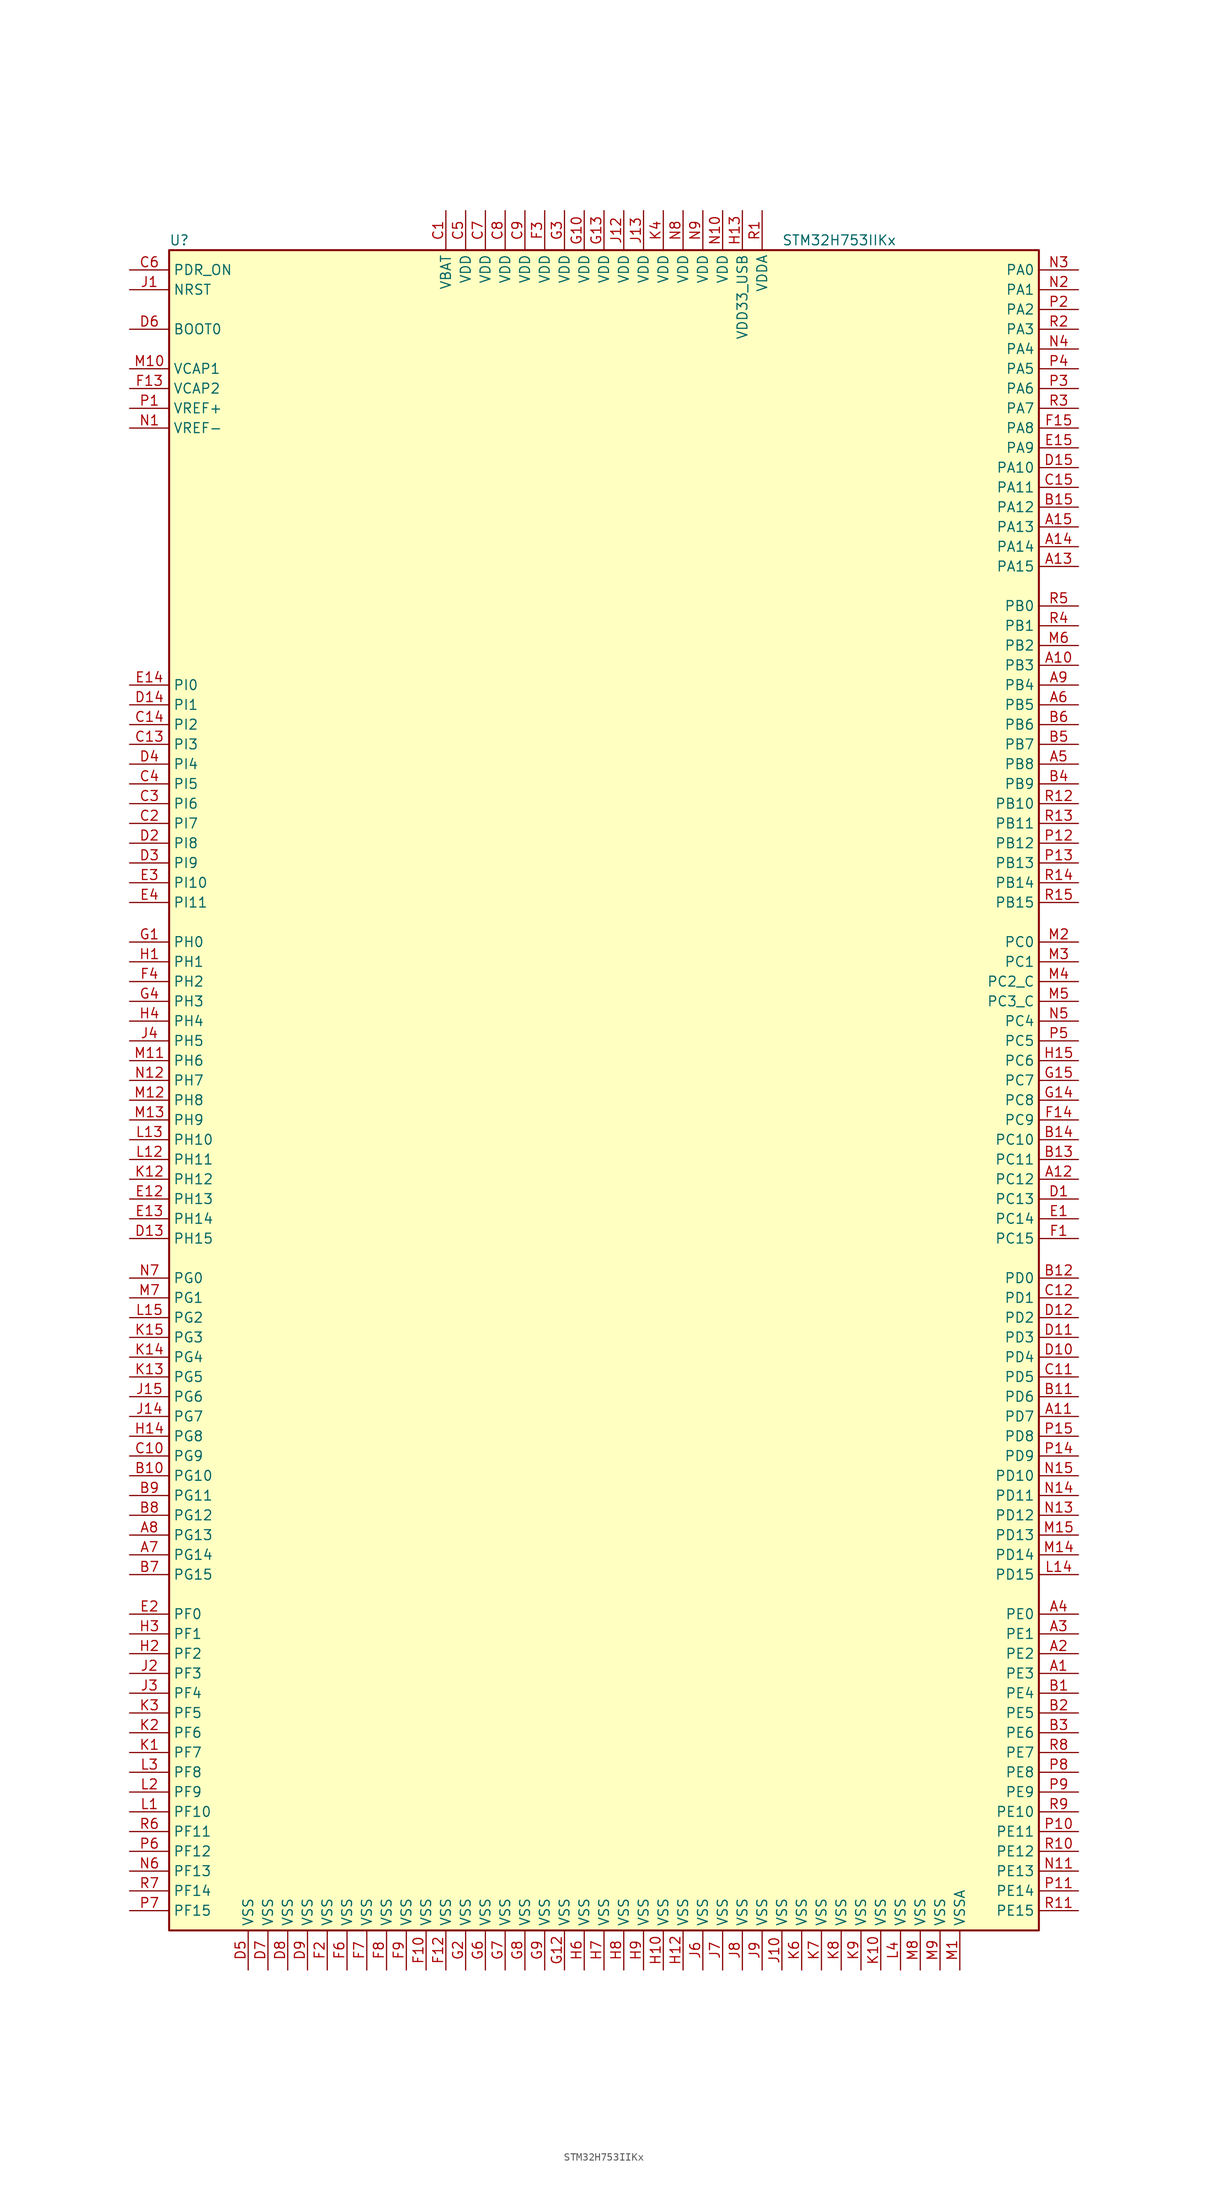
<source format=kicad_sym>
(kicad_symbol_lib
  (version 20211014)
  (generator kicad_symbol_editor)
  (symbol "STM32H753IIKx"
    (property "Reference" "U"
      (at -55.88 107.95 0)
      (effects (font (size 1.27 1.27)) (justify left)))
    (property "Value" "STM32H753IIKx"
      (at 22.86 107.95 0)
      (effects (font (size 1.27 1.27)) (justify left)))
    (symbol "STM32H753IIKx_0_1"
      (rectangle (start -55.88 -109.22) (end 55.88 106.68) (stroke (width 0.254) (type default) (color 0 0 0 0)) (fill (type background))))
    (symbol "STM32H753IIKx_1_1"
      (pin bidirectional line (at 60.96 -76.2 180) (length 5.08) (name "PE3" (effects (font (size 1.27 1.27)))) (number "A1" (effects (font (size 1.27 1.27)))))
      (pin bidirectional line (at 60.96 53.34 180) (length 5.08) (name "PB3" (effects (font (size 1.27 1.27)))) (number "A10" (effects (font (size 1.27 1.27)))))
      (pin bidirectional line (at 60.96 -43.18 180) (length 5.08) (name "PD7" (effects (font (size 1.27 1.27)))) (number "A11" (effects (font (size 1.27 1.27)))))
      (pin bidirectional line (at 60.96 -12.7 180) (length 5.08) (name "PC12" (effects (font (size 1.27 1.27)))) (number "A12" (effects (font (size 1.27 1.27)))))
      (pin bidirectional line (at 60.96 66.04 180) (length 5.08) (name "PA15" (effects (font (size 1.27 1.27)))) (number "A13" (effects (font (size 1.27 1.27)))))
      (pin bidirectional line (at 60.96 68.58 180) (length 5.08) (name "PA14" (effects (font (size 1.27 1.27)))) (number "A14" (effects (font (size 1.27 1.27)))))
      (pin bidirectional line (at 60.96 71.12 180) (length 5.08) (name "PA13" (effects (font (size 1.27 1.27)))) (number "A15" (effects (font (size 1.27 1.27)))))
      (pin bidirectional line (at 60.96 -73.66 180) (length 5.08) (name "PE2" (effects (font (size 1.27 1.27)))) (number "A2" (effects (font (size 1.27 1.27)))))
      (pin bidirectional line (at 60.96 -71.12 180) (length 5.08) (name "PE1" (effects (font (size 1.27 1.27)))) (number "A3" (effects (font (size 1.27 1.27)))))
      (pin bidirectional line (at 60.96 -68.58 180) (length 5.08) (name "PE0" (effects (font (size 1.27 1.27)))) (number "A4" (effects (font (size 1.27 1.27)))))
      (pin bidirectional line (at 60.96 40.64 180) (length 5.08) (name "PB8" (effects (font (size 1.27 1.27)))) (number "A5" (effects (font (size 1.27 1.27)))))
      (pin bidirectional line (at 60.96 48.26 180) (length 5.08) (name "PB5" (effects (font (size 1.27 1.27)))) (number "A6" (effects (font (size 1.27 1.27)))))
      (pin bidirectional line (at -60.96 -60.96 0) (length 5.08) (name "PG14" (effects (font (size 1.27 1.27)))) (number "A7" (effects (font (size 1.27 1.27)))))
      (pin bidirectional line (at -60.96 -58.42 0) (length 5.08) (name "PG13" (effects (font (size 1.27 1.27)))) (number "A8" (effects (font (size 1.27 1.27)))))
      (pin bidirectional line (at 60.96 50.8 180) (length 5.08) (name "PB4" (effects (font (size 1.27 1.27)))) (number "A9" (effects (font (size 1.27 1.27)))))
      (pin bidirectional line (at 60.96 -78.74 180) (length 5.08) (name "PE4" (effects (font (size 1.27 1.27)))) (number "B1" (effects (font (size 1.27 1.27)))))
      (pin bidirectional line (at -60.96 -50.8 0) (length 5.08) (name "PG10" (effects (font (size 1.27 1.27)))) (number "B10" (effects (font (size 1.27 1.27)))))
      (pin bidirectional line (at 60.96 -40.64 180) (length 5.08) (name "PD6" (effects (font (size 1.27 1.27)))) (number "B11" (effects (font (size 1.27 1.27)))))
      (pin bidirectional line (at 60.96 -25.4 180) (length 5.08) (name "PD0" (effects (font (size 1.27 1.27)))) (number "B12" (effects (font (size 1.27 1.27)))))
      (pin bidirectional line (at 60.96 -10.16 180) (length 5.08) (name "PC11" (effects (font (size 1.27 1.27)))) (number "B13" (effects (font (size 1.27 1.27)))))
      (pin bidirectional line (at 60.96 -7.62 180) (length 5.08) (name "PC10" (effects (font (size 1.27 1.27)))) (number "B14" (effects (font (size 1.27 1.27)))))
      (pin bidirectional line (at 60.96 73.66 180) (length 5.08) (name "PA12" (effects (font (size 1.27 1.27)))) (number "B15" (effects (font (size 1.27 1.27)))))
      (pin bidirectional line (at 60.96 -81.28 180) (length 5.08) (name "PE5" (effects (font (size 1.27 1.27)))) (number "B2" (effects (font (size 1.27 1.27)))))
      (pin bidirectional line (at 60.96 -83.82 180) (length 5.08) (name "PE6" (effects (font (size 1.27 1.27)))) (number "B3" (effects (font (size 1.27 1.27)))))
      (pin bidirectional line (at 60.96 38.1 180) (length 5.08) (name "PB9" (effects (font (size 1.27 1.27)))) (number "B4" (effects (font (size 1.27 1.27)))))
      (pin bidirectional line (at 60.96 43.18 180) (length 5.08) (name "PB7" (effects (font (size 1.27 1.27)))) (number "B5" (effects (font (size 1.27 1.27)))))
      (pin bidirectional line (at 60.96 45.72 180) (length 5.08) (name "PB6" (effects (font (size 1.27 1.27)))) (number "B6" (effects (font (size 1.27 1.27)))))
      (pin bidirectional line (at -60.96 -63.5 0) (length 5.08) (name "PG15" (effects (font (size 1.27 1.27)))) (number "B7" (effects (font (size 1.27 1.27)))))
      (pin bidirectional line (at -60.96 -55.88 0) (length 5.08) (name "PG12" (effects (font (size 1.27 1.27)))) (number "B8" (effects (font (size 1.27 1.27)))))
      (pin bidirectional line (at -60.96 -53.34 0) (length 5.08) (name "PG11" (effects (font (size 1.27 1.27)))) (number "B9" (effects (font (size 1.27 1.27)))))
      (pin power_in line (at -20.32 111.76 270) (length 5.08) (name "VBAT" (effects (font (size 1.27 1.27)))) (number "C1" (effects (font (size 1.27 1.27)))))
      (pin bidirectional line (at -60.96 -48.26 0) (length 5.08) (name "PG9" (effects (font (size 1.27 1.27)))) (number "C10" (effects (font (size 1.27 1.27)))))
      (pin bidirectional line (at 60.96 -38.1 180) (length 5.08) (name "PD5" (effects (font (size 1.27 1.27)))) (number "C11" (effects (font (size 1.27 1.27)))))
      (pin bidirectional line (at 60.96 -27.94 180) (length 5.08) (name "PD1" (effects (font (size 1.27 1.27)))) (number "C12" (effects (font (size 1.27 1.27)))))
      (pin bidirectional line (at -60.96 43.18 0) (length 5.08) (name "PI3" (effects (font (size 1.27 1.27)))) (number "C13" (effects (font (size 1.27 1.27)))))
      (pin bidirectional line (at -60.96 45.72 0) (length 5.08) (name "PI2" (effects (font (size 1.27 1.27)))) (number "C14" (effects (font (size 1.27 1.27)))))
      (pin bidirectional line (at 60.96 76.2 180) (length 5.08) (name "PA11" (effects (font (size 1.27 1.27)))) (number "C15" (effects (font (size 1.27 1.27)))))
      (pin bidirectional line (at -60.96 33.02 0) (length 5.08) (name "PI7" (effects (font (size 1.27 1.27)))) (number "C2" (effects (font (size 1.27 1.27)))))
      (pin bidirectional line (at -60.96 35.56 0) (length 5.08) (name "PI6" (effects (font (size 1.27 1.27)))) (number "C3" (effects (font (size 1.27 1.27)))))
      (pin bidirectional line (at -60.96 38.1 0) (length 5.08) (name "PI5" (effects (font (size 1.27 1.27)))) (number "C4" (effects (font (size 1.27 1.27)))))
      (pin power_in line (at -17.78 111.76 270) (length 5.08) (name "VDD" (effects (font (size 1.27 1.27)))) (number "C5" (effects (font (size 1.27 1.27)))))
      (pin input line (at -60.96 104.14 0) (length 5.08) (name "PDR_ON" (effects (font (size 1.27 1.27)))) (number "C6" (effects (font (size 1.27 1.27)))))
      (pin power_in line (at -15.24 111.76 270) (length 5.08) (name "VDD" (effects (font (size 1.27 1.27)))) (number "C7" (effects (font (size 1.27 1.27)))))
      (pin power_in line (at -12.7 111.76 270) (length 5.08) (name "VDD" (effects (font (size 1.27 1.27)))) (number "C8" (effects (font (size 1.27 1.27)))))
      (pin power_in line (at -10.16 111.76 270) (length 5.08) (name "VDD" (effects (font (size 1.27 1.27)))) (number "C9" (effects (font (size 1.27 1.27)))))
      (pin bidirectional line (at 60.96 -15.24 180) (length 5.08) (name "PC13" (effects (font (size 1.27 1.27)))) (number "D1" (effects (font (size 1.27 1.27)))))
      (pin bidirectional line (at 60.96 -35.56 180) (length 5.08) (name "PD4" (effects (font (size 1.27 1.27)))) (number "D10" (effects (font (size 1.27 1.27)))))
      (pin bidirectional line (at 60.96 -33.02 180) (length 5.08) (name "PD3" (effects (font (size 1.27 1.27)))) (number "D11" (effects (font (size 1.27 1.27)))))
      (pin bidirectional line (at 60.96 -30.48 180) (length 5.08) (name "PD2" (effects (font (size 1.27 1.27)))) (number "D12" (effects (font (size 1.27 1.27)))))
      (pin bidirectional line (at -60.96 -20.32 0) (length 5.08) (name "PH15" (effects (font (size 1.27 1.27)))) (number "D13" (effects (font (size 1.27 1.27)))))
      (pin bidirectional line (at -60.96 48.26 0) (length 5.08) (name "PI1" (effects (font (size 1.27 1.27)))) (number "D14" (effects (font (size 1.27 1.27)))))
      (pin bidirectional line (at 60.96 78.74 180) (length 5.08) (name "PA10" (effects (font (size 1.27 1.27)))) (number "D15" (effects (font (size 1.27 1.27)))))
      (pin bidirectional line (at -60.96 30.48 0) (length 5.08) (name "PI8" (effects (font (size 1.27 1.27)))) (number "D2" (effects (font (size 1.27 1.27)))))
      (pin bidirectional line (at -60.96 27.94 0) (length 5.08) (name "PI9" (effects (font (size 1.27 1.27)))) (number "D3" (effects (font (size 1.27 1.27)))))
      (pin bidirectional line (at -60.96 40.64 0) (length 5.08) (name "PI4" (effects (font (size 1.27 1.27)))) (number "D4" (effects (font (size 1.27 1.27)))))
      (pin power_in line (at -45.72 -114.3 90) (length 5.08) (name "VSS" (effects (font (size 1.27 1.27)))) (number "D5" (effects (font (size 1.27 1.27)))))
      (pin input line (at -60.96 96.52 0) (length 5.08) (name "BOOT0" (effects (font (size 1.27 1.27)))) (number "D6" (effects (font (size 1.27 1.27)))))
      (pin power_in line (at -43.18 -114.3 90) (length 5.08) (name "VSS" (effects (font (size 1.27 1.27)))) (number "D7" (effects (font (size 1.27 1.27)))))
      (pin power_in line (at -40.64 -114.3 90) (length 5.08) (name "VSS" (effects (font (size 1.27 1.27)))) (number "D8" (effects (font (size 1.27 1.27)))))
      (pin power_in line (at -38.1 -114.3 90) (length 5.08) (name "VSS" (effects (font (size 1.27 1.27)))) (number "D9" (effects (font (size 1.27 1.27)))))
      (pin bidirectional line (at 60.96 -17.78 180) (length 5.08) (name "PC14" (effects (font (size 1.27 1.27)))) (number "E1" (effects (font (size 1.27 1.27)))))
      (pin bidirectional line (at -60.96 -15.24 0) (length 5.08) (name "PH13" (effects (font (size 1.27 1.27)))) (number "E12" (effects (font (size 1.27 1.27)))))
      (pin bidirectional line (at -60.96 -17.78 0) (length 5.08) (name "PH14" (effects (font (size 1.27 1.27)))) (number "E13" (effects (font (size 1.27 1.27)))))
      (pin bidirectional line (at -60.96 50.8 0) (length 5.08) (name "PI0" (effects (font (size 1.27 1.27)))) (number "E14" (effects (font (size 1.27 1.27)))))
      (pin bidirectional line (at 60.96 81.28 180) (length 5.08) (name "PA9" (effects (font (size 1.27 1.27)))) (number "E15" (effects (font (size 1.27 1.27)))))
      (pin bidirectional line (at -60.96 -68.58 0) (length 5.08) (name "PF0" (effects (font (size 1.27 1.27)))) (number "E2" (effects (font (size 1.27 1.27)))))
      (pin bidirectional line (at -60.96 25.4 0) (length 5.08) (name "PI10" (effects (font (size 1.27 1.27)))) (number "E3" (effects (font (size 1.27 1.27)))))
      (pin bidirectional line (at -60.96 22.86 0) (length 5.08) (name "PI11" (effects (font (size 1.27 1.27)))) (number "E4" (effects (font (size 1.27 1.27)))))
      (pin bidirectional line (at 60.96 -20.32 180) (length 5.08) (name "PC15" (effects (font (size 1.27 1.27)))) (number "F1" (effects (font (size 1.27 1.27)))))
      (pin power_in line (at -22.86 -114.3 90) (length 5.08) (name "VSS" (effects (font (size 1.27 1.27)))) (number "F10" (effects (font (size 1.27 1.27)))))
      (pin power_in line (at -20.32 -114.3 90) (length 5.08) (name "VSS" (effects (font (size 1.27 1.27)))) (number "F12" (effects (font (size 1.27 1.27)))))
      (pin power_in line (at -60.96 88.9 0) (length 5.08) (name "VCAP2" (effects (font (size 1.27 1.27)))) (number "F13" (effects (font (size 1.27 1.27)))))
      (pin bidirectional line (at 60.96 -5.08 180) (length 5.08) (name "PC9" (effects (font (size 1.27 1.27)))) (number "F14" (effects (font (size 1.27 1.27)))))
      (pin bidirectional line (at 60.96 83.82 180) (length 5.08) (name "PA8" (effects (font (size 1.27 1.27)))) (number "F15" (effects (font (size 1.27 1.27)))))
      (pin power_in line (at -35.56 -114.3 90) (length 5.08) (name "VSS" (effects (font (size 1.27 1.27)))) (number "F2" (effects (font (size 1.27 1.27)))))
      (pin power_in line (at -7.62 111.76 270) (length 5.08) (name "VDD" (effects (font (size 1.27 1.27)))) (number "F3" (effects (font (size 1.27 1.27)))))
      (pin bidirectional line (at -60.96 12.7 0) (length 5.08) (name "PH2" (effects (font (size 1.27 1.27)))) (number "F4" (effects (font (size 1.27 1.27)))))
      (pin power_in line (at -33.02 -114.3 90) (length 5.08) (name "VSS" (effects (font (size 1.27 1.27)))) (number "F6" (effects (font (size 1.27 1.27)))))
      (pin power_in line (at -30.48 -114.3 90) (length 5.08) (name "VSS" (effects (font (size 1.27 1.27)))) (number "F7" (effects (font (size 1.27 1.27)))))
      (pin power_in line (at -27.94 -114.3 90) (length 5.08) (name "VSS" (effects (font (size 1.27 1.27)))) (number "F8" (effects (font (size 1.27 1.27)))))
      (pin power_in line (at -25.4 -114.3 90) (length 5.08) (name "VSS" (effects (font (size 1.27 1.27)))) (number "F9" (effects (font (size 1.27 1.27)))))
      (pin input line (at -60.96 17.78 0) (length 5.08) (name "PH0" (effects (font (size 1.27 1.27)))) (number "G1" (effects (font (size 1.27 1.27)))))
      (pin power_in line (at -2.54 111.76 270) (length 5.08) (name "VDD" (effects (font (size 1.27 1.27)))) (number "G10" (effects (font (size 1.27 1.27)))))
      (pin power_in line (at -5.08 -114.3 90) (length 5.08) (name "VSS" (effects (font (size 1.27 1.27)))) (number "G12" (effects (font (size 1.27 1.27)))))
      (pin power_in line (at 0 111.76 270) (length 5.08) (name "VDD" (effects (font (size 1.27 1.27)))) (number "G13" (effects (font (size 1.27 1.27)))))
      (pin bidirectional line (at 60.96 -2.54 180) (length 5.08) (name "PC8" (effects (font (size 1.27 1.27)))) (number "G14" (effects (font (size 1.27 1.27)))))
      (pin bidirectional line (at 60.96 0 180) (length 5.08) (name "PC7" (effects (font (size 1.27 1.27)))) (number "G15" (effects (font (size 1.27 1.27)))))
      (pin power_in line (at -17.78 -114.3 90) (length 5.08) (name "VSS" (effects (font (size 1.27 1.27)))) (number "G2" (effects (font (size 1.27 1.27)))))
      (pin power_in line (at -5.08 111.76 270) (length 5.08) (name "VDD" (effects (font (size 1.27 1.27)))) (number "G3" (effects (font (size 1.27 1.27)))))
      (pin bidirectional line (at -60.96 10.16 0) (length 5.08) (name "PH3" (effects (font (size 1.27 1.27)))) (number "G4" (effects (font (size 1.27 1.27)))))
      (pin power_in line (at -15.24 -114.3 90) (length 5.08) (name "VSS" (effects (font (size 1.27 1.27)))) (number "G6" (effects (font (size 1.27 1.27)))))
      (pin power_in line (at -12.7 -114.3 90) (length 5.08) (name "VSS" (effects (font (size 1.27 1.27)))) (number "G7" (effects (font (size 1.27 1.27)))))
      (pin power_in line (at -10.16 -114.3 90) (length 5.08) (name "VSS" (effects (font (size 1.27 1.27)))) (number "G8" (effects (font (size 1.27 1.27)))))
      (pin power_in line (at -7.62 -114.3 90) (length 5.08) (name "VSS" (effects (font (size 1.27 1.27)))) (number "G9" (effects (font (size 1.27 1.27)))))
      (pin input line (at -60.96 15.24 0) (length 5.08) (name "PH1" (effects (font (size 1.27 1.27)))) (number "H1" (effects (font (size 1.27 1.27)))))
      (pin power_in line (at 7.62 -114.3 90) (length 5.08) (name "VSS" (effects (font (size 1.27 1.27)))) (number "H10" (effects (font (size 1.27 1.27)))))
      (pin power_in line (at 10.16 -114.3 90) (length 5.08) (name "VSS" (effects (font (size 1.27 1.27)))) (number "H12" (effects (font (size 1.27 1.27)))))
      (pin power_in line (at 17.78 111.76 270) (length 5.08) (name "VDD33_USB" (effects (font (size 1.27 1.27)))) (number "H13" (effects (font (size 1.27 1.27)))))
      (pin bidirectional line (at -60.96 -45.72 0) (length 5.08) (name "PG8" (effects (font (size 1.27 1.27)))) (number "H14" (effects (font (size 1.27 1.27)))))
      (pin bidirectional line (at 60.96 2.54 180) (length 5.08) (name "PC6" (effects (font (size 1.27 1.27)))) (number "H15" (effects (font (size 1.27 1.27)))))
      (pin bidirectional line (at -60.96 -73.66 0) (length 5.08) (name "PF2" (effects (font (size 1.27 1.27)))) (number "H2" (effects (font (size 1.27 1.27)))))
      (pin bidirectional line (at -60.96 -71.12 0) (length 5.08) (name "PF1" (effects (font (size 1.27 1.27)))) (number "H3" (effects (font (size 1.27 1.27)))))
      (pin bidirectional line (at -60.96 7.62 0) (length 5.08) (name "PH4" (effects (font (size 1.27 1.27)))) (number "H4" (effects (font (size 1.27 1.27)))))
      (pin power_in line (at -2.54 -114.3 90) (length 5.08) (name "VSS" (effects (font (size 1.27 1.27)))) (number "H6" (effects (font (size 1.27 1.27)))))
      (pin power_in line (at 0 -114.3 90) (length 5.08) (name "VSS" (effects (font (size 1.27 1.27)))) (number "H7" (effects (font (size 1.27 1.27)))))
      (pin power_in line (at 2.54 -114.3 90) (length 5.08) (name "VSS" (effects (font (size 1.27 1.27)))) (number "H8" (effects (font (size 1.27 1.27)))))
      (pin power_in line (at 5.08 -114.3 90) (length 5.08) (name "VSS" (effects (font (size 1.27 1.27)))) (number "H9" (effects (font (size 1.27 1.27)))))
      (pin input line (at -60.96 101.6 0) (length 5.08) (name "NRST" (effects (font (size 1.27 1.27)))) (number "J1" (effects (font (size 1.27 1.27)))))
      (pin power_in line (at 22.86 -114.3 90) (length 5.08) (name "VSS" (effects (font (size 1.27 1.27)))) (number "J10" (effects (font (size 1.27 1.27)))))
      (pin power_in line (at 2.54 111.76 270) (length 5.08) (name "VDD" (effects (font (size 1.27 1.27)))) (number "J12" (effects (font (size 1.27 1.27)))))
      (pin power_in line (at 5.08 111.76 270) (length 5.08) (name "VDD" (effects (font (size 1.27 1.27)))) (number "J13" (effects (font (size 1.27 1.27)))))
      (pin bidirectional line (at -60.96 -43.18 0) (length 5.08) (name "PG7" (effects (font (size 1.27 1.27)))) (number "J14" (effects (font (size 1.27 1.27)))))
      (pin bidirectional line (at -60.96 -40.64 0) (length 5.08) (name "PG6" (effects (font (size 1.27 1.27)))) (number "J15" (effects (font (size 1.27 1.27)))))
      (pin bidirectional line (at -60.96 -76.2 0) (length 5.08) (name "PF3" (effects (font (size 1.27 1.27)))) (number "J2" (effects (font (size 1.27 1.27)))))
      (pin bidirectional line (at -60.96 -78.74 0) (length 5.08) (name "PF4" (effects (font (size 1.27 1.27)))) (number "J3" (effects (font (size 1.27 1.27)))))
      (pin bidirectional line (at -60.96 5.08 0) (length 5.08) (name "PH5" (effects (font (size 1.27 1.27)))) (number "J4" (effects (font (size 1.27 1.27)))))
      (pin power_in line (at 12.7 -114.3 90) (length 5.08) (name "VSS" (effects (font (size 1.27 1.27)))) (number "J6" (effects (font (size 1.27 1.27)))))
      (pin power_in line (at 15.24 -114.3 90) (length 5.08) (name "VSS" (effects (font (size 1.27 1.27)))) (number "J7" (effects (font (size 1.27 1.27)))))
      (pin power_in line (at 17.78 -114.3 90) (length 5.08) (name "VSS" (effects (font (size 1.27 1.27)))) (number "J8" (effects (font (size 1.27 1.27)))))
      (pin power_in line (at 20.32 -114.3 90) (length 5.08) (name "VSS" (effects (font (size 1.27 1.27)))) (number "J9" (effects (font (size 1.27 1.27)))))
      (pin bidirectional line (at -60.96 -86.36 0) (length 5.08) (name "PF7" (effects (font (size 1.27 1.27)))) (number "K1" (effects (font (size 1.27 1.27)))))
      (pin power_in line (at 35.56 -114.3 90) (length 5.08) (name "VSS" (effects (font (size 1.27 1.27)))) (number "K10" (effects (font (size 1.27 1.27)))))
      (pin bidirectional line (at -60.96 -12.7 0) (length 5.08) (name "PH12" (effects (font (size 1.27 1.27)))) (number "K12" (effects (font (size 1.27 1.27)))))
      (pin bidirectional line (at -60.96 -38.1 0) (length 5.08) (name "PG5" (effects (font (size 1.27 1.27)))) (number "K13" (effects (font (size 1.27 1.27)))))
      (pin bidirectional line (at -60.96 -35.56 0) (length 5.08) (name "PG4" (effects (font (size 1.27 1.27)))) (number "K14" (effects (font (size 1.27 1.27)))))
      (pin bidirectional line (at -60.96 -33.02 0) (length 5.08) (name "PG3" (effects (font (size 1.27 1.27)))) (number "K15" (effects (font (size 1.27 1.27)))))
      (pin bidirectional line (at -60.96 -83.82 0) (length 5.08) (name "PF6" (effects (font (size 1.27 1.27)))) (number "K2" (effects (font (size 1.27 1.27)))))
      (pin bidirectional line (at -60.96 -81.28 0) (length 5.08) (name "PF5" (effects (font (size 1.27 1.27)))) (number "K3" (effects (font (size 1.27 1.27)))))
      (pin power_in line (at 7.62 111.76 270) (length 5.08) (name "VDD" (effects (font (size 1.27 1.27)))) (number "K4" (effects (font (size 1.27 1.27)))))
      (pin power_in line (at 25.4 -114.3 90) (length 5.08) (name "VSS" (effects (font (size 1.27 1.27)))) (number "K6" (effects (font (size 1.27 1.27)))))
      (pin power_in line (at 27.94 -114.3 90) (length 5.08) (name "VSS" (effects (font (size 1.27 1.27)))) (number "K7" (effects (font (size 1.27 1.27)))))
      (pin power_in line (at 30.48 -114.3 90) (length 5.08) (name "VSS" (effects (font (size 1.27 1.27)))) (number "K8" (effects (font (size 1.27 1.27)))))
      (pin power_in line (at 33.02 -114.3 90) (length 5.08) (name "VSS" (effects (font (size 1.27 1.27)))) (number "K9" (effects (font (size 1.27 1.27)))))
      (pin bidirectional line (at -60.96 -93.98 0) (length 5.08) (name "PF10" (effects (font (size 1.27 1.27)))) (number "L1" (effects (font (size 1.27 1.27)))))
      (pin bidirectional line (at -60.96 -10.16 0) (length 5.08) (name "PH11" (effects (font (size 1.27 1.27)))) (number "L12" (effects (font (size 1.27 1.27)))))
      (pin bidirectional line (at -60.96 -7.62 0) (length 5.08) (name "PH10" (effects (font (size 1.27 1.27)))) (number "L13" (effects (font (size 1.27 1.27)))))
      (pin bidirectional line (at 60.96 -63.5 180) (length 5.08) (name "PD15" (effects (font (size 1.27 1.27)))) (number "L14" (effects (font (size 1.27 1.27)))))
      (pin bidirectional line (at -60.96 -30.48 0) (length 5.08) (name "PG2" (effects (font (size 1.27 1.27)))) (number "L15" (effects (font (size 1.27 1.27)))))
      (pin bidirectional line (at -60.96 -91.44 0) (length 5.08) (name "PF9" (effects (font (size 1.27 1.27)))) (number "L2" (effects (font (size 1.27 1.27)))))
      (pin bidirectional line (at -60.96 -88.9 0) (length 5.08) (name "PF8" (effects (font (size 1.27 1.27)))) (number "L3" (effects (font (size 1.27 1.27)))))
      (pin power_in line (at 38.1 -114.3 90) (length 5.08) (name "VSS" (effects (font (size 1.27 1.27)))) (number "L4" (effects (font (size 1.27 1.27)))))
      (pin power_in line (at 45.72 -114.3 90) (length 5.08) (name "VSSA" (effects (font (size 1.27 1.27)))) (number "M1" (effects (font (size 1.27 1.27)))))
      (pin power_in line (at -60.96 91.44 0) (length 5.08) (name "VCAP1" (effects (font (size 1.27 1.27)))) (number "M10" (effects (font (size 1.27 1.27)))))
      (pin bidirectional line (at -60.96 2.54 0) (length 5.08) (name "PH6" (effects (font (size 1.27 1.27)))) (number "M11" (effects (font (size 1.27 1.27)))))
      (pin bidirectional line (at -60.96 -2.54 0) (length 5.08) (name "PH8" (effects (font (size 1.27 1.27)))) (number "M12" (effects (font (size 1.27 1.27)))))
      (pin bidirectional line (at -60.96 -5.08 0) (length 5.08) (name "PH9" (effects (font (size 1.27 1.27)))) (number "M13" (effects (font (size 1.27 1.27)))))
      (pin bidirectional line (at 60.96 -60.96 180) (length 5.08) (name "PD14" (effects (font (size 1.27 1.27)))) (number "M14" (effects (font (size 1.27 1.27)))))
      (pin bidirectional line (at 60.96 -58.42 180) (length 5.08) (name "PD13" (effects (font (size 1.27 1.27)))) (number "M15" (effects (font (size 1.27 1.27)))))
      (pin bidirectional line (at 60.96 17.78 180) (length 5.08) (name "PC0" (effects (font (size 1.27 1.27)))) (number "M2" (effects (font (size 1.27 1.27)))))
      (pin bidirectional line (at 60.96 15.24 180) (length 5.08) (name "PC1" (effects (font (size 1.27 1.27)))) (number "M3" (effects (font (size 1.27 1.27)))))
      (pin bidirectional line (at 60.96 12.7 180) (length 5.08) (name "PC2_C" (effects (font (size 1.27 1.27)))) (number "M4" (effects (font (size 1.27 1.27)))))
      (pin bidirectional line (at 60.96 10.16 180) (length 5.08) (name "PC3_C" (effects (font (size 1.27 1.27)))) (number "M5" (effects (font (size 1.27 1.27)))))
      (pin bidirectional line (at 60.96 55.88 180) (length 5.08) (name "PB2" (effects (font (size 1.27 1.27)))) (number "M6" (effects (font (size 1.27 1.27)))))
      (pin bidirectional line (at -60.96 -27.94 0) (length 5.08) (name "PG1" (effects (font (size 1.27 1.27)))) (number "M7" (effects (font (size 1.27 1.27)))))
      (pin power_in line (at 40.64 -114.3 90) (length 5.08) (name "VSS" (effects (font (size 1.27 1.27)))) (number "M8" (effects (font (size 1.27 1.27)))))
      (pin power_in line (at 43.18 -114.3 90) (length 5.08) (name "VSS" (effects (font (size 1.27 1.27)))) (number "M9" (effects (font (size 1.27 1.27)))))
      (pin power_in line (at -60.96 83.82 0) (length 5.08) (name "VREF-" (effects (font (size 1.27 1.27)))) (number "N1" (effects (font (size 1.27 1.27)))))
      (pin power_in line (at 15.24 111.76 270) (length 5.08) (name "VDD" (effects (font (size 1.27 1.27)))) (number "N10" (effects (font (size 1.27 1.27)))))
      (pin bidirectional line (at 60.96 -101.6 180) (length 5.08) (name "PE13" (effects (font (size 1.27 1.27)))) (number "N11" (effects (font (size 1.27 1.27)))))
      (pin bidirectional line (at -60.96 0 0) (length 5.08) (name "PH7" (effects (font (size 1.27 1.27)))) (number "N12" (effects (font (size 1.27 1.27)))))
      (pin bidirectional line (at 60.96 -55.88 180) (length 5.08) (name "PD12" (effects (font (size 1.27 1.27)))) (number "N13" (effects (font (size 1.27 1.27)))))
      (pin bidirectional line (at 60.96 -53.34 180) (length 5.08) (name "PD11" (effects (font (size 1.27 1.27)))) (number "N14" (effects (font (size 1.27 1.27)))))
      (pin bidirectional line (at 60.96 -50.8 180) (length 5.08) (name "PD10" (effects (font (size 1.27 1.27)))) (number "N15" (effects (font (size 1.27 1.27)))))
      (pin bidirectional line (at 60.96 101.6 180) (length 5.08) (name "PA1" (effects (font (size 1.27 1.27)))) (number "N2" (effects (font (size 1.27 1.27)))))
      (pin bidirectional line (at 60.96 104.14 180) (length 5.08) (name "PA0" (effects (font (size 1.27 1.27)))) (number "N3" (effects (font (size 1.27 1.27)))))
      (pin bidirectional line (at 60.96 93.98 180) (length 5.08) (name "PA4" (effects (font (size 1.27 1.27)))) (number "N4" (effects (font (size 1.27 1.27)))))
      (pin bidirectional line (at 60.96 7.62 180) (length 5.08) (name "PC4" (effects (font (size 1.27 1.27)))) (number "N5" (effects (font (size 1.27 1.27)))))
      (pin bidirectional line (at -60.96 -101.6 0) (length 5.08) (name "PF13" (effects (font (size 1.27 1.27)))) (number "N6" (effects (font (size 1.27 1.27)))))
      (pin bidirectional line (at -60.96 -25.4 0) (length 5.08) (name "PG0" (effects (font (size 1.27 1.27)))) (number "N7" (effects (font (size 1.27 1.27)))))
      (pin power_in line (at 10.16 111.76 270) (length 5.08) (name "VDD" (effects (font (size 1.27 1.27)))) (number "N8" (effects (font (size 1.27 1.27)))))
      (pin power_in line (at 12.7 111.76 270) (length 5.08) (name "VDD" (effects (font (size 1.27 1.27)))) (number "N9" (effects (font (size 1.27 1.27)))))
      (pin bidirectional line (at -60.96 86.36 0) (length 5.08) (name "VREF+" (effects (font (size 1.27 1.27)))) (number "P1" (effects (font (size 1.27 1.27)))))
      (pin bidirectional line (at 60.96 -96.52 180) (length 5.08) (name "PE11" (effects (font (size 1.27 1.27)))) (number "P10" (effects (font (size 1.27 1.27)))))
      (pin bidirectional line (at 60.96 -104.14 180) (length 5.08) (name "PE14" (effects (font (size 1.27 1.27)))) (number "P11" (effects (font (size 1.27 1.27)))))
      (pin bidirectional line (at 60.96 30.48 180) (length 5.08) (name "PB12" (effects (font (size 1.27 1.27)))) (number "P12" (effects (font (size 1.27 1.27)))))
      (pin bidirectional line (at 60.96 27.94 180) (length 5.08) (name "PB13" (effects (font (size 1.27 1.27)))) (number "P13" (effects (font (size 1.27 1.27)))))
      (pin bidirectional line (at 60.96 -48.26 180) (length 5.08) (name "PD9" (effects (font (size 1.27 1.27)))) (number "P14" (effects (font (size 1.27 1.27)))))
      (pin bidirectional line (at 60.96 -45.72 180) (length 5.08) (name "PD8" (effects (font (size 1.27 1.27)))) (number "P15" (effects (font (size 1.27 1.27)))))
      (pin bidirectional line (at 60.96 99.06 180) (length 5.08) (name "PA2" (effects (font (size 1.27 1.27)))) (number "P2" (effects (font (size 1.27 1.27)))))
      (pin bidirectional line (at 60.96 88.9 180) (length 5.08) (name "PA6" (effects (font (size 1.27 1.27)))) (number "P3" (effects (font (size 1.27 1.27)))))
      (pin bidirectional line (at 60.96 91.44 180) (length 5.08) (name "PA5" (effects (font (size 1.27 1.27)))) (number "P4" (effects (font (size 1.27 1.27)))))
      (pin bidirectional line (at 60.96 5.08 180) (length 5.08) (name "PC5" (effects (font (size 1.27 1.27)))) (number "P5" (effects (font (size 1.27 1.27)))))
      (pin bidirectional line (at -60.96 -99.06 0) (length 5.08) (name "PF12" (effects (font (size 1.27 1.27)))) (number "P6" (effects (font (size 1.27 1.27)))))
      (pin bidirectional line (at -60.96 -106.68 0) (length 5.08) (name "PF15" (effects (font (size 1.27 1.27)))) (number "P7" (effects (font (size 1.27 1.27)))))
      (pin bidirectional line (at 60.96 -88.9 180) (length 5.08) (name "PE8" (effects (font (size 1.27 1.27)))) (number "P8" (effects (font (size 1.27 1.27)))))
      (pin bidirectional line (at 60.96 -91.44 180) (length 5.08) (name "PE9" (effects (font (size 1.27 1.27)))) (number "P9" (effects (font (size 1.27 1.27)))))
      (pin power_in line (at 20.32 111.76 270) (length 5.08) (name "VDDA" (effects (font (size 1.27 1.27)))) (number "R1" (effects (font (size 1.27 1.27)))))
      (pin bidirectional line (at 60.96 -99.06 180) (length 5.08) (name "PE12" (effects (font (size 1.27 1.27)))) (number "R10" (effects (font (size 1.27 1.27)))))
      (pin bidirectional line (at 60.96 -106.68 180) (length 5.08) (name "PE15" (effects (font (size 1.27 1.27)))) (number "R11" (effects (font (size 1.27 1.27)))))
      (pin bidirectional line (at 60.96 35.56 180) (length 5.08) (name "PB10" (effects (font (size 1.27 1.27)))) (number "R12" (effects (font (size 1.27 1.27)))))
      (pin bidirectional line (at 60.96 33.02 180) (length 5.08) (name "PB11" (effects (font (size 1.27 1.27)))) (number "R13" (effects (font (size 1.27 1.27)))))
      (pin bidirectional line (at 60.96 25.4 180) (length 5.08) (name "PB14" (effects (font (size 1.27 1.27)))) (number "R14" (effects (font (size 1.27 1.27)))))
      (pin bidirectional line (at 60.96 22.86 180) (length 5.08) (name "PB15" (effects (font (size 1.27 1.27)))) (number "R15" (effects (font (size 1.27 1.27)))))
      (pin bidirectional line (at 60.96 96.52 180) (length 5.08) (name "PA3" (effects (font (size 1.27 1.27)))) (number "R2" (effects (font (size 1.27 1.27)))))
      (pin bidirectional line (at 60.96 86.36 180) (length 5.08) (name "PA7" (effects (font (size 1.27 1.27)))) (number "R3" (effects (font (size 1.27 1.27)))))
      (pin bidirectional line (at 60.96 58.42 180) (length 5.08) (name "PB1" (effects (font (size 1.27 1.27)))) (number "R4" (effects (font (size 1.27 1.27)))))
      (pin bidirectional line (at 60.96 60.96 180) (length 5.08) (name "PB0" (effects (font (size 1.27 1.27)))) (number "R5" (effects (font (size 1.27 1.27)))))
      (pin bidirectional line (at -60.96 -96.52 0) (length 5.08) (name "PF11" (effects (font (size 1.27 1.27)))) (number "R6" (effects (font (size 1.27 1.27)))))
      (pin bidirectional line (at -60.96 -104.14 0) (length 5.08) (name "PF14" (effects (font (size 1.27 1.27)))) (number "R7" (effects (font (size 1.27 1.27)))))
      (pin bidirectional line (at 60.96 -86.36 180) (length 5.08) (name "PE7" (effects (font (size 1.27 1.27)))) (number "R8" (effects (font (size 1.27 1.27)))))
      (pin bidirectional line (at 60.96 -93.98 180) (length 5.08) (name "PE10" (effects (font (size 1.27 1.27)))) (number "R9" (effects (font (size 1.27 1.27))))))))
</source>
